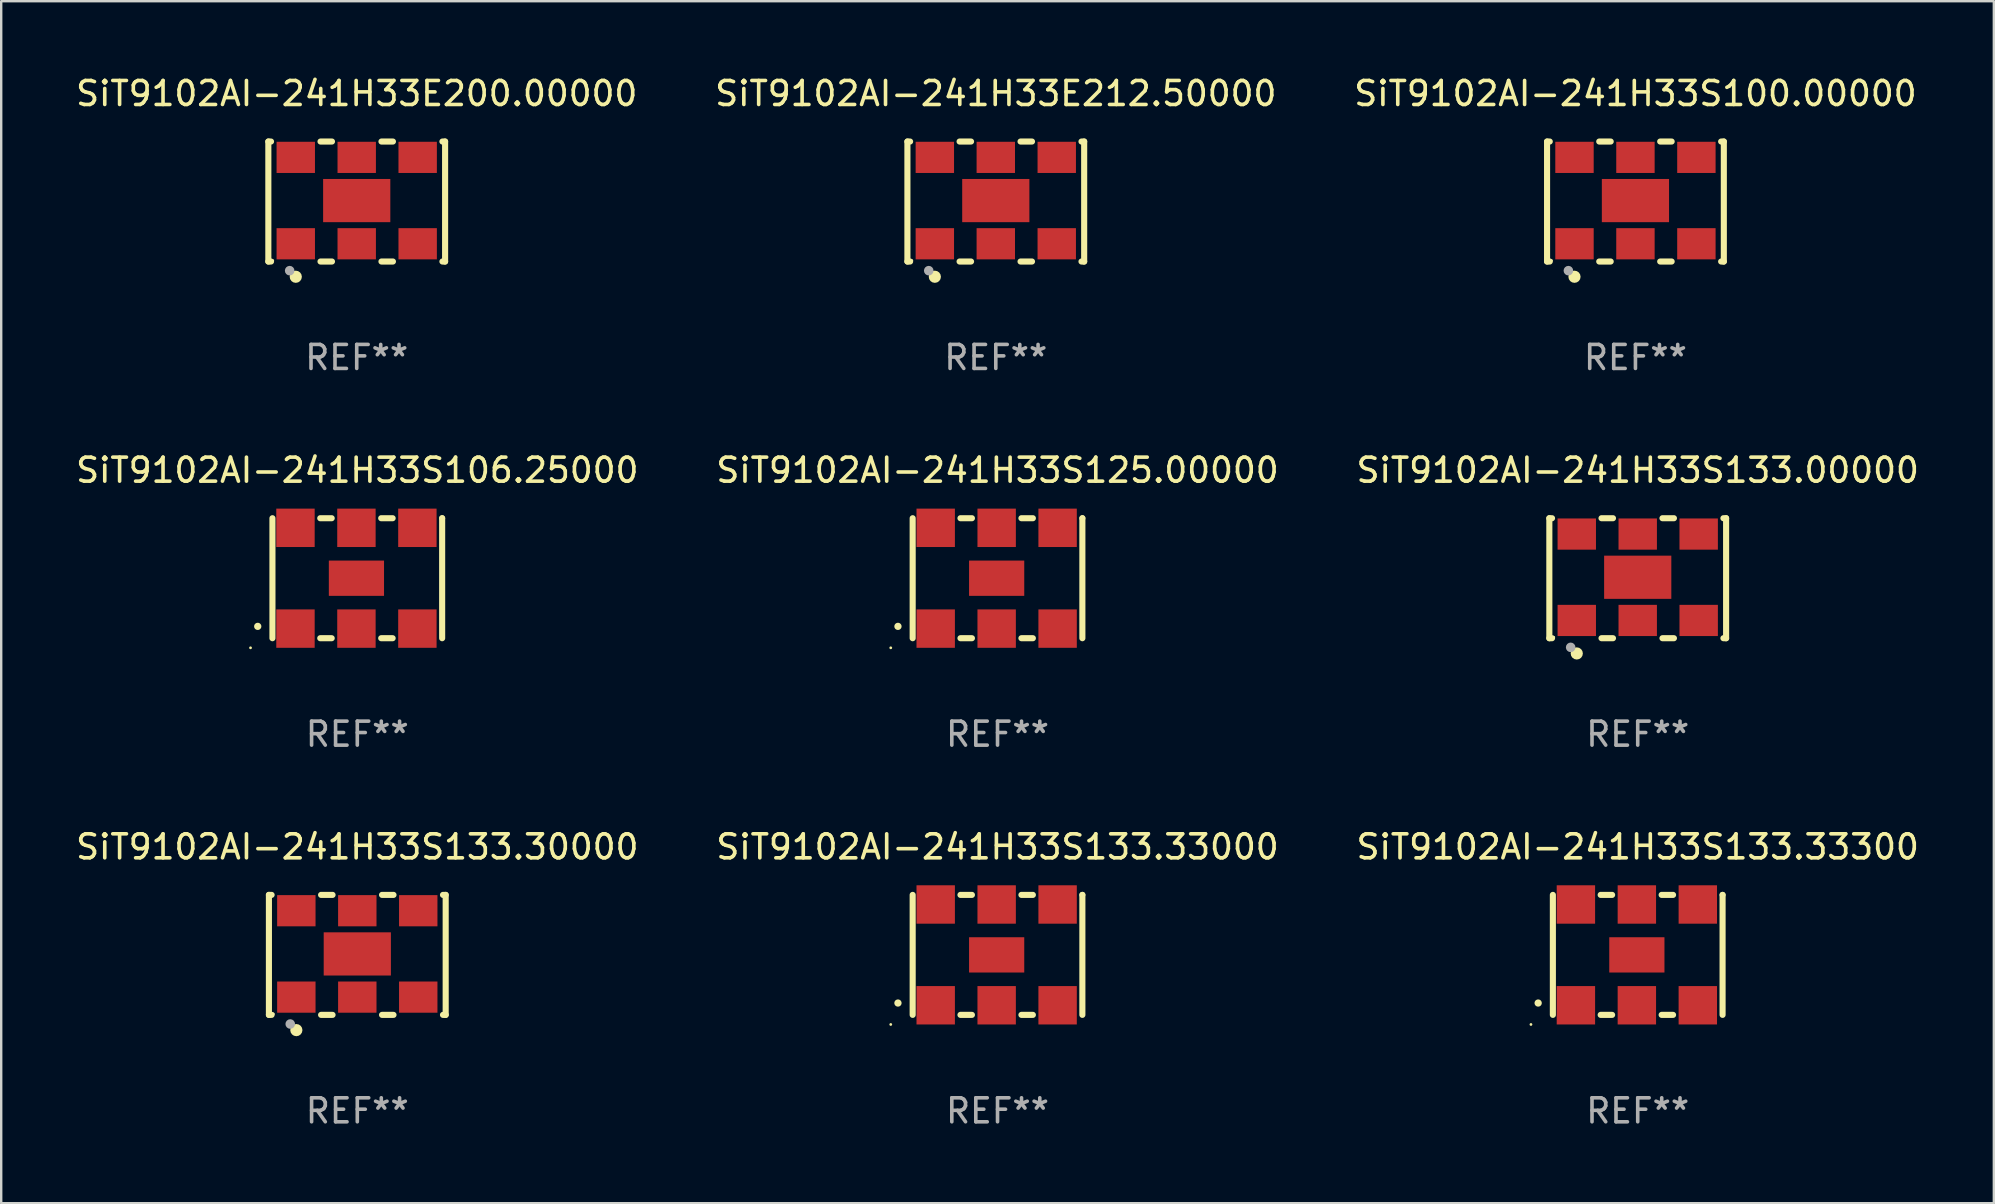
<source format=kicad_pcb>
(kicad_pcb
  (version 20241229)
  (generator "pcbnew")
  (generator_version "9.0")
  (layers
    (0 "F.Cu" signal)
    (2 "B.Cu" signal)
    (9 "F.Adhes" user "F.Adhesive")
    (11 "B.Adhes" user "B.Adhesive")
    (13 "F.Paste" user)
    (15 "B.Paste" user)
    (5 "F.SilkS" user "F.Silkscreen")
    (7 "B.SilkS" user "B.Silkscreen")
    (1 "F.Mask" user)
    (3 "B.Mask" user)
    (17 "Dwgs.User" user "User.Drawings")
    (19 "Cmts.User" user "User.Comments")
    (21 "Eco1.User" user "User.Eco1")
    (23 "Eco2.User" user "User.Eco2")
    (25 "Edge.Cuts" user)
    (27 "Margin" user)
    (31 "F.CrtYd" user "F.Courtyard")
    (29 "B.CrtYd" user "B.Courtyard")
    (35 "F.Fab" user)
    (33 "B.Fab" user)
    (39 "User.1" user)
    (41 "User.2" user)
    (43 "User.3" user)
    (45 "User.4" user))
  (footprint "SiT9102AI-241H33S133.30000"
    (layer "F.Cu")
    (at 11.839 36.741)
    (property "Reference" "SiT9102AI-241H33S133.30000" (at 0 -4.5 0) (layer "F.SilkS") (effects (font (size 1 1) (thickness 0.15))))
    (attr through_hole)
    (fp_line (start -3.683 -2.5) (end -3.571 -2.5) (stroke (width 0.254) (type solid)) (layer "F.SilkS"))
    (fp_line (start -3.683 2.5) (end -3.683 -2.5) (stroke (width 0.254) (type solid)) (layer "F.SilkS"))
    (fp_line (start -3.683 2.5) (end -3.571 2.5) (stroke (width 0.254) (type solid)) (layer "F.SilkS"))
    (fp_line (start -1.509 -2.5) (end -1.031 -2.5) (stroke (width 0.254) (type solid)) (layer "F.SilkS"))
    (fp_line (start -1.509 2.5) (end -1.031 2.5) (stroke (width 0.254) (type solid)) (layer "F.SilkS"))
    (fp_line (start 1.031 -2.5) (end 1.509 -2.5) (stroke (width 0.254) (type solid)) (layer "F.SilkS"))
    (fp_line (start 1.031 2.5) (end 1.509 2.5) (stroke (width 0.254) (type solid)) (layer "F.SilkS"))
    (fp_line (start 3.571 -2.5) (end 3.683 -2.5) (stroke (width 0.254) (type solid)) (layer "F.SilkS"))
    (fp_line (start 3.571 2.5) (end 3.683 2.5) (stroke (width 0.254) (type solid)) (layer "F.SilkS"))
    (fp_line (start 3.683 2.5) (end 3.683 -2.5) (stroke (width 0.254) (type solid)) (layer "F.SilkS"))
    (fp_circle (center -3.5 2.46) (end -3.47 2.46) (stroke (width 0.06) (type solid)) (fill no) (layer "F.SilkS"))
    (fp_circle (center -2.54 3.135) (end -2.413 3.135) (stroke (width 0.254) (type solid)) (fill no) (layer "F.SilkS"))
    (fp_circle (center -2.794 2.881) (end -2.694 2.881) (stroke (width 0.2) (type solid)) (fill no) (layer "F.Fab"))
    (fp_text user "REF**" (at 0 6.5 0) (layer "F.Fab") (effects (font (size 1 1) (thickness 0.15))))
    (pad "1" smd rect (at -2.54 1.76) (size 1.6 1.3) (layers "F.Cu" "F.Mask" "F.Paste"))
    (pad "2" smd rect (at 0 1.76) (size 1.6 1.3) (layers "F.Cu" "F.Mask" "F.Paste"))
    (pad "3" smd rect (at 2.54 1.76) (size 1.6 1.3) (layers "F.Cu" "F.Mask" "F.Paste"))
    (pad "4" smd rect (at 2.54 -1.84) (size 1.6 1.3) (layers "F.Cu" "F.Mask" "F.Paste"))
    (pad "5" smd rect (at 0 -1.84) (size 1.6 1.3) (layers "F.Cu" "F.Mask" "F.Paste"))
    (pad "6" smd rect (at -2.54 -1.84) (size 1.6 1.3) (layers "F.Cu" "F.Mask" "F.Paste"))
    (pad "7" smd rect (at 0 -0.04) (size 2.8 1.8) (layers "F.Cu" "F.Mask" "F.Paste")))
  (footprint "SiT9102AI-241H33E200.00000"
    (layer "F.Cu")
    (at 11.815 5.348)
    (property "Reference" "SiT9102AI-241H33E200.00000" (at 0 -4.5 0) (layer "F.SilkS") (effects (font (size 1 1) (thickness 0.15))))
    (attr through_hole)
    (fp_line (start -3.683 -2.5) (end -3.571 -2.5) (stroke (width 0.254) (type solid)) (layer "F.SilkS"))
    (fp_line (start -3.683 2.5) (end -3.683 -2.5) (stroke (width 0.254) (type solid)) (layer "F.SilkS"))
    (fp_line (start -3.683 2.5) (end -3.571 2.5) (stroke (width 0.254) (type solid)) (layer "F.SilkS"))
    (fp_line (start -1.509 -2.5) (end -1.031 -2.5) (stroke (width 0.254) (type solid)) (layer "F.SilkS"))
    (fp_line (start -1.509 2.5) (end -1.031 2.5) (stroke (width 0.254) (type solid)) (layer "F.SilkS"))
    (fp_line (start 1.031 -2.5) (end 1.509 -2.5) (stroke (width 0.254) (type solid)) (layer "F.SilkS"))
    (fp_line (start 1.031 2.5) (end 1.509 2.5) (stroke (width 0.254) (type solid)) (layer "F.SilkS"))
    (fp_line (start 3.571 -2.5) (end 3.683 -2.5) (stroke (width 0.254) (type solid)) (layer "F.SilkS"))
    (fp_line (start 3.571 2.5) (end 3.683 2.5) (stroke (width 0.254) (type solid)) (layer "F.SilkS"))
    (fp_line (start 3.683 2.5) (end 3.683 -2.5) (stroke (width 0.254) (type solid)) (layer "F.SilkS"))
    (fp_circle (center -3.5 2.46) (end -3.47 2.46) (stroke (width 0.06) (type solid)) (fill no) (layer "F.SilkS"))
    (fp_circle (center -2.54 3.135) (end -2.413 3.135) (stroke (width 0.254) (type solid)) (fill no) (layer "F.SilkS"))
    (fp_circle (center -2.794 2.881) (end -2.694 2.881) (stroke (width 0.2) (type solid)) (fill no) (layer "F.Fab"))
    (fp_text user "REF**" (at 0 6.5 0) (layer "F.Fab") (effects (font (size 1 1) (thickness 0.15))))
    (pad "1" smd rect (at -2.54 1.76) (size 1.6 1.3) (layers "F.Cu" "F.Mask" "F.Paste"))
    (pad "2" smd rect (at 0 1.76) (size 1.6 1.3) (layers "F.Cu" "F.Mask" "F.Paste"))
    (pad "3" smd rect (at 2.54 1.76) (size 1.6 1.3) (layers "F.Cu" "F.Mask" "F.Paste"))
    (pad "4" smd rect (at 2.54 -1.84) (size 1.6 1.3) (layers "F.Cu" "F.Mask" "F.Paste"))
    (pad "5" smd rect (at 0 -1.84) (size 1.6 1.3) (layers "F.Cu" "F.Mask" "F.Paste"))
    (pad "6" smd rect (at -2.54 -1.84) (size 1.6 1.3) (layers "F.Cu" "F.Mask" "F.Paste"))
    (pad "7" smd rect (at 0 -0.04) (size 2.8 1.8) (layers "F.Cu" "F.Mask" "F.Paste")))
  (footprint "SiT9102AI-241H33S133.33300"
    (layer "F.Cu")
    (at 65.196 36.741)
    (property "Reference" "SiT9102AI-241H33S133.33300" (at 0 -4.5 0) (layer "F.SilkS") (effects (font (size 1 1) (thickness 0.15))))
    (attr through_hole)
    (fp_line (start -3.536 -2.5) (end -3.536 2.5) (stroke (width 0.254) (type solid)) (layer "F.SilkS"))
    (fp_line (start -1.544 2.5) (end -1.067 2.5) (stroke (width 0.254) (type solid)) (layer "F.SilkS"))
    (fp_line (start -1.067 -2.5) (end -1.544 -2.5) (stroke (width 0.254) (type solid)) (layer "F.SilkS"))
    (fp_line (start 0.996 2.5) (end 1.473 2.5) (stroke (width 0.254) (type solid)) (layer "F.SilkS"))
    (fp_line (start 1.473 -2.5) (end 0.996 -2.5) (stroke (width 0.254) (type solid)) (layer "F.SilkS"))
    (fp_line (start 3.536 -2.5) (end 3.536 -2.5) (stroke (width 0.254) (type solid)) (layer "F.SilkS"))
    (fp_line (start 3.536 2.5) (end 3.536 -2.5) (stroke (width 0.254) (type solid)) (layer "F.SilkS"))
    (fp_arc (start -4.150432 2.006604) (mid -4.149162 2.006599) (end -4.147892 2.006604) (stroke (width 0.3) (type solid)) (layer "F.SilkS"))
    (fp_circle (center -4.449 2.9) (end -4.419 2.9) (stroke (width 0.06) (type solid)) (fill no) (layer "F.SilkS"))
    (fp_text user "REF**" (at 0 6.5 0) (layer "F.Fab") (effects (font (size 1 1) (thickness 0.15))))
    (pad "1" smd rect (at -2.576 2.1) (size 1.6 1.6) (layers "F.Cu" "F.Mask" "F.Paste"))
    (pad "2" smd rect (at -0.036 2.1) (size 1.6 1.6) (layers "F.Cu" "F.Mask" "F.Paste"))
    (pad "3" smd rect (at 2.504 2.1) (size 1.6 1.6) (layers "F.Cu" "F.Mask" "F.Paste"))
    (pad "4" smd rect (at 2.504 -2.1) (size 1.6 1.6) (layers "F.Cu" "F.Mask" "F.Paste"))
    (pad "5" smd rect (at -0.036 -2.1) (size 1.6 1.6) (layers "F.Cu" "F.Mask" "F.Paste"))
    (pad "6" smd rect (at -2.576 -2.1) (size 1.6 1.6) (layers "F.Cu" "F.Mask" "F.Paste"))
    (pad "7" smd rect (at -0.036 0) (size 2.3 1.47) (layers "F.Cu" "F.Mask" "F.Paste")))
  (footprint "SiT9102AI-241H33E212.50000"
    (layer "F.Cu")
    (at 38.446 5.348)
    (property "Reference" "SiT9102AI-241H33E212.50000" (at 0 -4.5 0) (layer "F.SilkS") (effects (font (size 1 1) (thickness 0.15))))
    (attr through_hole)
    (fp_line (start -3.683 -2.5) (end -3.571 -2.5) (stroke (width 0.254) (type solid)) (layer "F.SilkS"))
    (fp_line (start -3.683 2.5) (end -3.683 -2.5) (stroke (width 0.254) (type solid)) (layer "F.SilkS"))
    (fp_line (start -3.683 2.5) (end -3.571 2.5) (stroke (width 0.254) (type solid)) (layer "F.SilkS"))
    (fp_line (start -1.509 -2.5) (end -1.031 -2.5) (stroke (width 0.254) (type solid)) (layer "F.SilkS"))
    (fp_line (start -1.509 2.5) (end -1.031 2.5) (stroke (width 0.254) (type solid)) (layer "F.SilkS"))
    (fp_line (start 1.031 -2.5) (end 1.509 -2.5) (stroke (width 0.254) (type solid)) (layer "F.SilkS"))
    (fp_line (start 1.031 2.5) (end 1.509 2.5) (stroke (width 0.254) (type solid)) (layer "F.SilkS"))
    (fp_line (start 3.571 -2.5) (end 3.683 -2.5) (stroke (width 0.254) (type solid)) (layer "F.SilkS"))
    (fp_line (start 3.571 2.5) (end 3.683 2.5) (stroke (width 0.254) (type solid)) (layer "F.SilkS"))
    (fp_line (start 3.683 2.5) (end 3.683 -2.5) (stroke (width 0.254) (type solid)) (layer "F.SilkS"))
    (fp_circle (center -3.5 2.46) (end -3.47 2.46) (stroke (width 0.06) (type solid)) (fill no) (layer "F.SilkS"))
    (fp_circle (center -2.54 3.135) (end -2.413 3.135) (stroke (width 0.254) (type solid)) (fill no) (layer "F.SilkS"))
    (fp_circle (center -2.794 2.881) (end -2.694 2.881) (stroke (width 0.2) (type solid)) (fill no) (layer "F.Fab"))
    (fp_text user "REF**" (at 0 6.5 0) (layer "F.Fab") (effects (font (size 1 1) (thickness 0.15))))
    (pad "1" smd rect (at -2.54 1.76) (size 1.6 1.3) (layers "F.Cu" "F.Mask" "F.Paste"))
    (pad "2" smd rect (at 0 1.76) (size 1.6 1.3) (layers "F.Cu" "F.Mask" "F.Paste"))
    (pad "3" smd rect (at 2.54 1.76) (size 1.6 1.3) (layers "F.Cu" "F.Mask" "F.Paste"))
    (pad "4" smd rect (at 2.54 -1.84) (size 1.6 1.3) (layers "F.Cu" "F.Mask" "F.Paste"))
    (pad "5" smd rect (at 0 -1.84) (size 1.6 1.3) (layers "F.Cu" "F.Mask" "F.Paste"))
    (pad "6" smd rect (at -2.54 -1.84) (size 1.6 1.3) (layers "F.Cu" "F.Mask" "F.Paste"))
    (pad "7" smd rect (at 0 -0.04) (size 2.8 1.8) (layers "F.Cu" "F.Mask" "F.Paste")))
  (footprint "SiT9102AI-241H33S133.00000"
    (layer "F.Cu")
    (at 65.196 21.045)
    (property "Reference" "SiT9102AI-241H33S133.00000" (at 0 -4.5 0) (layer "F.SilkS") (effects (font (size 1 1) (thickness 0.15))))
    (attr through_hole)
    (fp_line (start -3.683 -2.5) (end -3.571 -2.5) (stroke (width 0.254) (type solid)) (layer "F.SilkS"))
    (fp_line (start -3.683 2.5) (end -3.683 -2.5) (stroke (width 0.254) (type solid)) (layer "F.SilkS"))
    (fp_line (start -3.683 2.5) (end -3.571 2.5) (stroke (width 0.254) (type solid)) (layer "F.SilkS"))
    (fp_line (start -1.509 -2.5) (end -1.031 -2.5) (stroke (width 0.254) (type solid)) (layer "F.SilkS"))
    (fp_line (start -1.509 2.5) (end -1.031 2.5) (stroke (width 0.254) (type solid)) (layer "F.SilkS"))
    (fp_line (start 1.031 -2.5) (end 1.509 -2.5) (stroke (width 0.254) (type solid)) (layer "F.SilkS"))
    (fp_line (start 1.031 2.5) (end 1.509 2.5) (stroke (width 0.254) (type solid)) (layer "F.SilkS"))
    (fp_line (start 3.571 -2.5) (end 3.683 -2.5) (stroke (width 0.254) (type solid)) (layer "F.SilkS"))
    (fp_line (start 3.571 2.5) (end 3.683 2.5) (stroke (width 0.254) (type solid)) (layer "F.SilkS"))
    (fp_line (start 3.683 2.5) (end 3.683 -2.5) (stroke (width 0.254) (type solid)) (layer "F.SilkS"))
    (fp_circle (center -3.5 2.46) (end -3.47 2.46) (stroke (width 0.06) (type solid)) (fill no) (layer "F.SilkS"))
    (fp_circle (center -2.54 3.135) (end -2.413 3.135) (stroke (width 0.254) (type solid)) (fill no) (layer "F.SilkS"))
    (fp_circle (center -2.794 2.881) (end -2.694 2.881) (stroke (width 0.2) (type solid)) (fill no) (layer "F.Fab"))
    (fp_text user "REF**" (at 0 6.5 0) (layer "F.Fab") (effects (font (size 1 1) (thickness 0.15))))
    (pad "1" smd rect (at -2.54 1.76) (size 1.6 1.3) (layers "F.Cu" "F.Mask" "F.Paste"))
    (pad "2" smd rect (at 0 1.76) (size 1.6 1.3) (layers "F.Cu" "F.Mask" "F.Paste"))
    (pad "3" smd rect (at 2.54 1.76) (size 1.6 1.3) (layers "F.Cu" "F.Mask" "F.Paste"))
    (pad "4" smd rect (at 2.54 -1.84) (size 1.6 1.3) (layers "F.Cu" "F.Mask" "F.Paste"))
    (pad "5" smd rect (at 0 -1.84) (size 1.6 1.3) (layers "F.Cu" "F.Mask" "F.Paste"))
    (pad "6" smd rect (at -2.54 -1.84) (size 1.6 1.3) (layers "F.Cu" "F.Mask" "F.Paste"))
    (pad "7" smd rect (at 0 -0.04) (size 2.8 1.8) (layers "F.Cu" "F.Mask" "F.Paste")))
  (footprint "SiT9102AI-241H33S125.00000"
    (layer "F.Cu")
    (at 38.518 21.045)
    (property "Reference" "SiT9102AI-241H33S125.00000" (at 0 -4.5 0) (layer "F.SilkS") (effects (font (size 1 1) (thickness 0.15))))
    (attr through_hole)
    (fp_line (start -3.536 -2.5) (end -3.536 2.5) (stroke (width 0.254) (type solid)) (layer "F.SilkS"))
    (fp_line (start -1.544 2.5) (end -1.067 2.5) (stroke (width 0.254) (type solid)) (layer "F.SilkS"))
    (fp_line (start -1.067 -2.5) (end -1.544 -2.5) (stroke (width 0.254) (type solid)) (layer "F.SilkS"))
    (fp_line (start 0.996 2.5) (end 1.473 2.5) (stroke (width 0.254) (type solid)) (layer "F.SilkS"))
    (fp_line (start 1.473 -2.5) (end 0.996 -2.5) (stroke (width 0.254) (type solid)) (layer "F.SilkS"))
    (fp_line (start 3.536 -2.5) (end 3.536 -2.5) (stroke (width 0.254) (type solid)) (layer "F.SilkS"))
    (fp_line (start 3.536 2.5) (end 3.536 -2.5) (stroke (width 0.254) (type solid)) (layer "F.SilkS"))
    (fp_arc (start -4.150432 2.006604) (mid -4.149162 2.006599) (end -4.147892 2.006604) (stroke (width 0.3) (type solid)) (layer "F.SilkS"))
    (fp_circle (center -4.449 2.9) (end -4.419 2.9) (stroke (width 0.06) (type solid)) (fill no) (layer "F.SilkS"))
    (fp_text user "REF**" (at 0 6.5 0) (layer "F.Fab") (effects (font (size 1 1) (thickness 0.15))))
    (pad "1" smd rect (at -2.576 2.1) (size 1.6 1.6) (layers "F.Cu" "F.Mask" "F.Paste"))
    (pad "2" smd rect (at -0.036 2.1) (size 1.6 1.6) (layers "F.Cu" "F.Mask" "F.Paste"))
    (pad "3" smd rect (at 2.504 2.1) (size 1.6 1.6) (layers "F.Cu" "F.Mask" "F.Paste"))
    (pad "4" smd rect (at 2.504 -2.1) (size 1.6 1.6) (layers "F.Cu" "F.Mask" "F.Paste"))
    (pad "5" smd rect (at -0.036 -2.1) (size 1.6 1.6) (layers "F.Cu" "F.Mask" "F.Paste"))
    (pad "6" smd rect (at -2.576 -2.1) (size 1.6 1.6) (layers "F.Cu" "F.Mask" "F.Paste"))
    (pad "7" smd rect (at -0.036 0) (size 2.3 1.47) (layers "F.Cu" "F.Mask" "F.Paste")))
  (footprint "SiT9102AI-241H33S106.25000"
    (layer "F.Cu")
    (at 11.839 21.045)
    (property "Reference" "SiT9102AI-241H33S106.25000" (at 0 -4.5 0) (layer "F.SilkS") (effects (font (size 1 1) (thickness 0.15))))
    (attr through_hole)
    (fp_line (start -3.536 -2.5) (end -3.536 2.5) (stroke (width 0.254) (type solid)) (layer "F.SilkS"))
    (fp_line (start -1.544 2.5) (end -1.067 2.5) (stroke (width 0.254) (type solid)) (layer "F.SilkS"))
    (fp_line (start -1.067 -2.5) (end -1.544 -2.5) (stroke (width 0.254) (type solid)) (layer "F.SilkS"))
    (fp_line (start 0.996 2.5) (end 1.473 2.5) (stroke (width 0.254) (type solid)) (layer "F.SilkS"))
    (fp_line (start 1.473 -2.5) (end 0.996 -2.5) (stroke (width 0.254) (type solid)) (layer "F.SilkS"))
    (fp_line (start 3.536 -2.5) (end 3.536 -2.5) (stroke (width 0.254) (type solid)) (layer "F.SilkS"))
    (fp_line (start 3.536 2.5) (end 3.536 -2.5) (stroke (width 0.254) (type solid)) (layer "F.SilkS"))
    (fp_arc (start -4.150432 2.006604) (mid -4.149162 2.006599) (end -4.147892 2.006604) (stroke (width 0.3) (type solid)) (layer "F.SilkS"))
    (fp_circle (center -4.449 2.9) (end -4.419 2.9) (stroke (width 0.06) (type solid)) (fill no) (layer "F.SilkS"))
    (fp_text user "REF**" (at 0 6.5 0) (layer "F.Fab") (effects (font (size 1 1) (thickness 0.15))))
    (pad "1" smd rect (at -2.576 2.1) (size 1.6 1.6) (layers "F.Cu" "F.Mask" "F.Paste"))
    (pad "2" smd rect (at -0.036 2.1) (size 1.6 1.6) (layers "F.Cu" "F.Mask" "F.Paste"))
    (pad "3" smd rect (at 2.504 2.1) (size 1.6 1.6) (layers "F.Cu" "F.Mask" "F.Paste"))
    (pad "4" smd rect (at 2.504 -2.1) (size 1.6 1.6) (layers "F.Cu" "F.Mask" "F.Paste"))
    (pad "5" smd rect (at -0.036 -2.1) (size 1.6 1.6) (layers "F.Cu" "F.Mask" "F.Paste"))
    (pad "6" smd rect (at -2.576 -2.1) (size 1.6 1.6) (layers "F.Cu" "F.Mask" "F.Paste"))
    (pad "7" smd rect (at -0.036 0) (size 2.3 1.47) (layers "F.Cu" "F.Mask" "F.Paste")))
  (footprint "SiT9102AI-241H33S133.33000"
    (layer "F.Cu")
    (at 38.518 36.741)
    (property "Reference" "SiT9102AI-241H33S133.33000" (at 0 -4.5 0) (layer "F.SilkS") (effects (font (size 1 1) (thickness 0.15))))
    (attr through_hole)
    (fp_line (start -3.536 -2.5) (end -3.536 2.5) (stroke (width 0.254) (type solid)) (layer "F.SilkS"))
    (fp_line (start -1.544 2.5) (end -1.067 2.5) (stroke (width 0.254) (type solid)) (layer "F.SilkS"))
    (fp_line (start -1.067 -2.5) (end -1.544 -2.5) (stroke (width 0.254) (type solid)) (layer "F.SilkS"))
    (fp_line (start 0.996 2.5) (end 1.473 2.5) (stroke (width 0.254) (type solid)) (layer "F.SilkS"))
    (fp_line (start 1.473 -2.5) (end 0.996 -2.5) (stroke (width 0.254) (type solid)) (layer "F.SilkS"))
    (fp_line (start 3.536 -2.5) (end 3.536 -2.5) (stroke (width 0.254) (type solid)) (layer "F.SilkS"))
    (fp_line (start 3.536 2.5) (end 3.536 -2.5) (stroke (width 0.254) (type solid)) (layer "F.SilkS"))
    (fp_arc (start -4.150432 2.006604) (mid -4.149162 2.006599) (end -4.147892 2.006604) (stroke (width 0.3) (type solid)) (layer "F.SilkS"))
    (fp_circle (center -4.449 2.9) (end -4.419 2.9) (stroke (width 0.06) (type solid)) (fill no) (layer "F.SilkS"))
    (fp_text user "REF**" (at 0 6.5 0) (layer "F.Fab") (effects (font (size 1 1) (thickness 0.15))))
    (pad "1" smd rect (at -2.576 2.1) (size 1.6 1.6) (layers "F.Cu" "F.Mask" "F.Paste"))
    (pad "2" smd rect (at -0.036 2.1) (size 1.6 1.6) (layers "F.Cu" "F.Mask" "F.Paste"))
    (pad "3" smd rect (at 2.504 2.1) (size 1.6 1.6) (layers "F.Cu" "F.Mask" "F.Paste"))
    (pad "4" smd rect (at 2.504 -2.1) (size 1.6 1.6) (layers "F.Cu" "F.Mask" "F.Paste"))
    (pad "5" smd rect (at -0.036 -2.1) (size 1.6 1.6) (layers "F.Cu" "F.Mask" "F.Paste"))
    (pad "6" smd rect (at -2.576 -2.1) (size 1.6 1.6) (layers "F.Cu" "F.Mask" "F.Paste"))
    (pad "7" smd rect (at -0.036 0) (size 2.3 1.47) (layers "F.Cu" "F.Mask" "F.Paste")))
  (footprint "SiT9102AI-241H33S100.00000"
    (layer "F.Cu")
    (at 65.101 5.348)
    (property "Reference" "SiT9102AI-241H33S100.00000" (at 0 -4.5 0) (layer "F.SilkS") (effects (font (size 1 1) (thickness 0.15))))
    (attr through_hole)
    (fp_line (start -3.683 -2.5) (end -3.571 -2.5) (stroke (width 0.254) (type solid)) (layer "F.SilkS"))
    (fp_line (start -3.683 2.5) (end -3.683 -2.5) (stroke (width 0.254) (type solid)) (layer "F.SilkS"))
    (fp_line (start -3.683 2.5) (end -3.571 2.5) (stroke (width 0.254) (type solid)) (layer "F.SilkS"))
    (fp_line (start -1.509 -2.5) (end -1.031 -2.5) (stroke (width 0.254) (type solid)) (layer "F.SilkS"))
    (fp_line (start -1.509 2.5) (end -1.031 2.5) (stroke (width 0.254) (type solid)) (layer "F.SilkS"))
    (fp_line (start 1.031 -2.5) (end 1.509 -2.5) (stroke (width 0.254) (type solid)) (layer "F.SilkS"))
    (fp_line (start 1.031 2.5) (end 1.509 2.5) (stroke (width 0.254) (type solid)) (layer "F.SilkS"))
    (fp_line (start 3.571 -2.5) (end 3.683 -2.5) (stroke (width 0.254) (type solid)) (layer "F.SilkS"))
    (fp_line (start 3.571 2.5) (end 3.683 2.5) (stroke (width 0.254) (type solid)) (layer "F.SilkS"))
    (fp_line (start 3.683 2.5) (end 3.683 -2.5) (stroke (width 0.254) (type solid)) (layer "F.SilkS"))
    (fp_circle (center -3.5 2.46) (end -3.47 2.46) (stroke (width 0.06) (type solid)) (fill no) (layer "F.SilkS"))
    (fp_circle (center -2.54 3.135) (end -2.413 3.135) (stroke (width 0.254) (type solid)) (fill no) (layer "F.SilkS"))
    (fp_circle (center -2.794 2.881) (end -2.694 2.881) (stroke (width 0.2) (type solid)) (fill no) (layer "F.Fab"))
    (fp_text user "REF**" (at 0 6.5 0) (layer "F.Fab") (effects (font (size 1 1) (thickness 0.15))))
    (pad "1" smd rect (at -2.54 1.76) (size 1.6 1.3) (layers "F.Cu" "F.Mask" "F.Paste"))
    (pad "2" smd rect (at 0 1.76) (size 1.6 1.3) (layers "F.Cu" "F.Mask" "F.Paste"))
    (pad "3" smd rect (at 2.54 1.76) (size 1.6 1.3) (layers "F.Cu" "F.Mask" "F.Paste"))
    (pad "4" smd rect (at 2.54 -1.84) (size 1.6 1.3) (layers "F.Cu" "F.Mask" "F.Paste"))
    (pad "5" smd rect (at 0 -1.84) (size 1.6 1.3) (layers "F.Cu" "F.Mask" "F.Paste"))
    (pad "6" smd rect (at -2.54 -1.84) (size 1.6 1.3) (layers "F.Cu" "F.Mask" "F.Paste"))
    (pad "7" smd rect (at 0 -0.04) (size 2.8 1.8) (layers "F.Cu" "F.Mask" "F.Paste")))
  (gr_rect
    (start -3 -3)
    (end 80.036 47.09)
    (stroke (width 0.1) (type default))
    (fill no)
    (layer "Edge.Cuts")))
</source>
